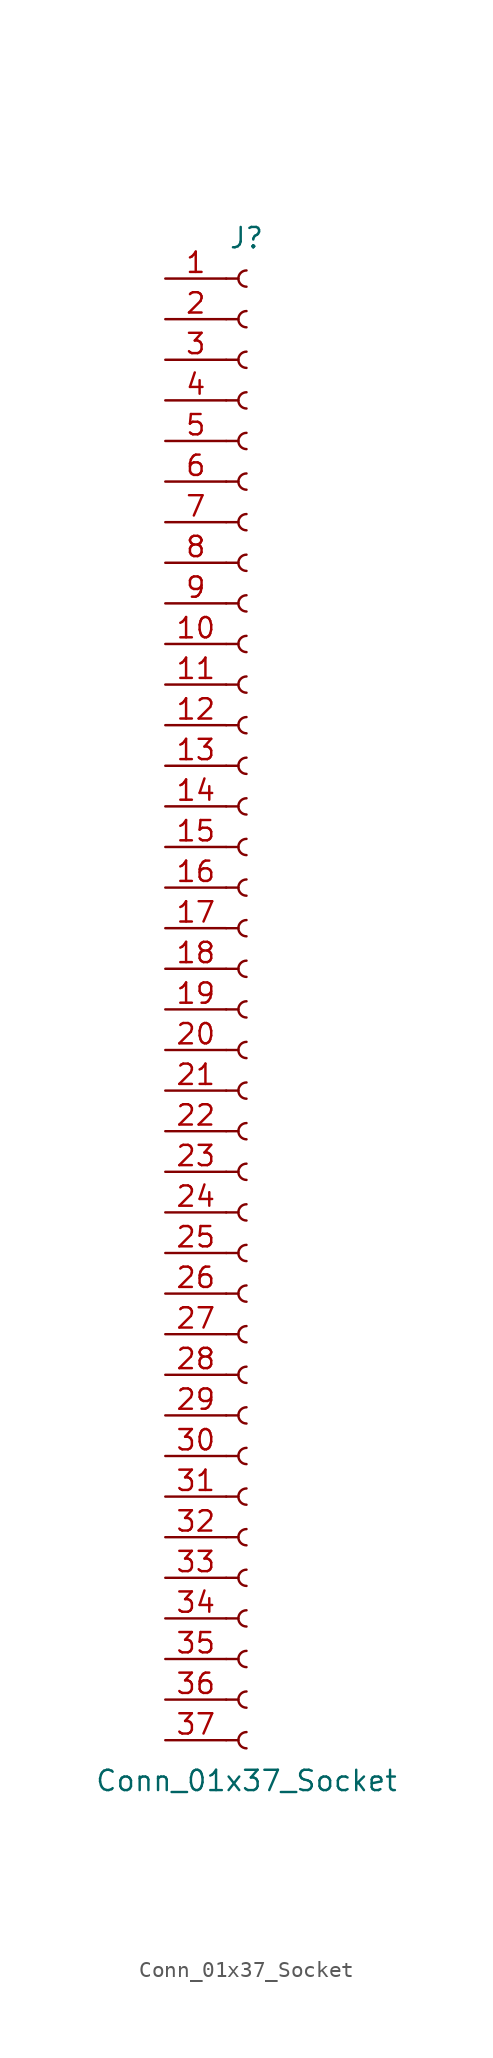
<source format=kicad_sym>
(kicad_symbol_lib
  (version 20241209)
  (generator "kicad_symbol_editor")
  (generator_version "9.0")
  (symbol "Conn_01x37_Socket"
    (pin_names
      (offset 1.016)
      (hide yes))
    (property "Reference" "J"
      (at 0 48.26 0)
      (effects (font (size 1.27 1.27))))
    (property "Value" "Conn_01x37_Socket"
      (at 0 -48.26 0)
      (effects (font (size 1.27 1.27))))
    (property "ki_locked" ""
      (at 0 0 0)
      (effects (font (size 1.27 1.27))))
    (symbol "Conn_01x37_Socket_1_1"
      (polyline (pts (xy -1.27 45.72) (xy -0.508 45.72)) (stroke (width 0.152) (type default)) (fill (type none)))
      (polyline (pts (xy -1.27 43.18) (xy -0.508 43.18)) (stroke (width 0.152) (type default)) (fill (type none)))
      (polyline (pts (xy -1.27 40.64) (xy -0.508 40.64)) (stroke (width 0.152) (type default)) (fill (type none)))
      (polyline (pts (xy -1.27 38.1) (xy -0.508 38.1)) (stroke (width 0.152) (type default)) (fill (type none)))
      (polyline (pts (xy -1.27 35.56) (xy -0.508 35.56)) (stroke (width 0.152) (type default)) (fill (type none)))
      (polyline (pts (xy -1.27 33.02) (xy -0.508 33.02)) (stroke (width 0.152) (type default)) (fill (type none)))
      (polyline (pts (xy -1.27 30.48) (xy -0.508 30.48)) (stroke (width 0.152) (type default)) (fill (type none)))
      (polyline (pts (xy -1.27 27.94) (xy -0.508 27.94)) (stroke (width 0.152) (type default)) (fill (type none)))
      (polyline (pts (xy -1.27 25.4) (xy -0.508 25.4)) (stroke (width 0.152) (type default)) (fill (type none)))
      (polyline (pts (xy -1.27 22.86) (xy -0.508 22.86)) (stroke (width 0.152) (type default)) (fill (type none)))
      (polyline (pts (xy -1.27 20.32) (xy -0.508 20.32)) (stroke (width 0.152) (type default)) (fill (type none)))
      (polyline (pts (xy -1.27 17.78) (xy -0.508 17.78)) (stroke (width 0.152) (type default)) (fill (type none)))
      (polyline (pts (xy -1.27 15.24) (xy -0.508 15.24)) (stroke (width 0.152) (type default)) (fill (type none)))
      (polyline (pts (xy -1.27 12.7) (xy -0.508 12.7)) (stroke (width 0.152) (type default)) (fill (type none)))
      (polyline (pts (xy -1.27 10.16) (xy -0.508 10.16)) (stroke (width 0.152) (type default)) (fill (type none)))
      (polyline (pts (xy -1.27 7.62) (xy -0.508 7.62)) (stroke (width 0.152) (type default)) (fill (type none)))
      (polyline (pts (xy -1.27 5.08) (xy -0.508 5.08)) (stroke (width 0.152) (type default)) (fill (type none)))
      (polyline (pts (xy -1.27 2.54) (xy -0.508 2.54)) (stroke (width 0.152) (type default)) (fill (type none)))
      (polyline (pts (xy -1.27 0) (xy -0.508 0)) (stroke (width 0.152) (type default)) (fill (type none)))
      (polyline (pts (xy -1.27 -2.54) (xy -0.508 -2.54)) (stroke (width 0.152) (type default)) (fill (type none)))
      (polyline (pts (xy -1.27 -5.08) (xy -0.508 -5.08)) (stroke (width 0.152) (type default)) (fill (type none)))
      (polyline (pts (xy -1.27 -7.62) (xy -0.508 -7.62)) (stroke (width 0.152) (type default)) (fill (type none)))
      (polyline (pts (xy -1.27 -10.16) (xy -0.508 -10.16)) (stroke (width 0.152) (type default)) (fill (type none)))
      (polyline (pts (xy -1.27 -12.7) (xy -0.508 -12.7)) (stroke (width 0.152) (type default)) (fill (type none)))
      (polyline (pts (xy -1.27 -15.24) (xy -0.508 -15.24)) (stroke (width 0.152) (type default)) (fill (type none)))
      (polyline (pts (xy -1.27 -17.78) (xy -0.508 -17.78)) (stroke (width 0.152) (type default)) (fill (type none)))
      (polyline (pts (xy -1.27 -20.32) (xy -0.508 -20.32)) (stroke (width 0.152) (type default)) (fill (type none)))
      (polyline (pts (xy -1.27 -22.86) (xy -0.508 -22.86)) (stroke (width 0.152) (type default)) (fill (type none)))
      (polyline (pts (xy -1.27 -25.4) (xy -0.508 -25.4)) (stroke (width 0.152) (type default)) (fill (type none)))
      (polyline (pts (xy -1.27 -27.94) (xy -0.508 -27.94)) (stroke (width 0.152) (type default)) (fill (type none)))
      (polyline (pts (xy -1.27 -30.48) (xy -0.508 -30.48)) (stroke (width 0.152) (type default)) (fill (type none)))
      (polyline (pts (xy -1.27 -33.02) (xy -0.508 -33.02)) (stroke (width 0.152) (type default)) (fill (type none)))
      (polyline (pts (xy -1.27 -35.56) (xy -0.508 -35.56)) (stroke (width 0.152) (type default)) (fill (type none)))
      (polyline (pts (xy -1.27 -38.1) (xy -0.508 -38.1)) (stroke (width 0.152) (type default)) (fill (type none)))
      (polyline (pts (xy -1.27 -40.64) (xy -0.508 -40.64)) (stroke (width 0.152) (type default)) (fill (type none)))
      (polyline (pts (xy -1.27 -43.18) (xy -0.508 -43.18)) (stroke (width 0.152) (type default)) (fill (type none)))
      (polyline (pts (xy -1.27 -45.72) (xy -0.508 -45.72)) (stroke (width 0.152) (type default)) (fill (type none)))
      (arc (start 0 45.212) (mid -0.5058 45.72) (end 0 46.228) (stroke (width 0.1524) (type default)) (fill (type none)))
      (arc (start 0 42.672) (mid -0.5058 43.18) (end 0 43.688) (stroke (width 0.1524) (type default)) (fill (type none)))
      (arc (start 0 40.132) (mid -0.5058 40.64) (end 0 41.148) (stroke (width 0.1524) (type default)) (fill (type none)))
      (arc (start 0 37.592) (mid -0.5058 38.1) (end 0 38.608) (stroke (width 0.1524) (type default)) (fill (type none)))
      (arc (start 0 35.052) (mid -0.5058 35.56) (end 0 36.068) (stroke (width 0.1524) (type default)) (fill (type none)))
      (arc (start 0 32.512) (mid -0.5058 33.02) (end 0 33.528) (stroke (width 0.1524) (type default)) (fill (type none)))
      (arc (start 0 29.972) (mid -0.5058 30.48) (end 0 30.988) (stroke (width 0.1524) (type default)) (fill (type none)))
      (arc (start 0 27.432) (mid -0.5058 27.94) (end 0 28.448) (stroke (width 0.1524) (type default)) (fill (type none)))
      (arc (start 0 24.892) (mid -0.5058 25.4) (end 0 25.908) (stroke (width 0.1524) (type default)) (fill (type none)))
      (arc (start 0 22.352) (mid -0.5058 22.86) (end 0 23.368) (stroke (width 0.1524) (type default)) (fill (type none)))
      (arc (start 0 19.812) (mid -0.5058 20.32) (end 0 20.828) (stroke (width 0.1524) (type default)) (fill (type none)))
      (arc (start 0 17.272) (mid -0.5058 17.78) (end 0 18.288) (stroke (width 0.1524) (type default)) (fill (type none)))
      (arc (start 0 14.732) (mid -0.5058 15.24) (end 0 15.748) (stroke (width 0.1524) (type default)) (fill (type none)))
      (arc (start 0 12.192) (mid -0.5058 12.7) (end 0 13.208) (stroke (width 0.1524) (type default)) (fill (type none)))
      (arc (start 0 9.652) (mid -0.5058 10.16) (end 0 10.668) (stroke (width 0.1524) (type default)) (fill (type none)))
      (arc (start 0 7.112) (mid -0.5058 7.62) (end 0 8.128) (stroke (width 0.1524) (type default)) (fill (type none)))
      (arc (start 0 4.572) (mid -0.5058 5.08) (end 0 5.588) (stroke (width 0.1524) (type default)) (fill (type none)))
      (arc (start 0 2.032) (mid -0.5058 2.54) (end 0 3.048) (stroke (width 0.1524) (type default)) (fill (type none)))
      (arc (start 0 -0.508) (mid -0.5058 0) (end 0 0.508) (stroke (width 0.1524) (type default)) (fill (type none)))
      (arc (start 0 -3.048) (mid -0.5058 -2.54) (end 0 -2.032) (stroke (width 0.1524) (type default)) (fill (type none)))
      (arc (start 0 -5.588) (mid -0.5058 -5.08) (end 0 -4.572) (stroke (width 0.1524) (type default)) (fill (type none)))
      (arc (start 0 -8.128) (mid -0.5058 -7.62) (end 0 -7.112) (stroke (width 0.1524) (type default)) (fill (type none)))
      (arc (start 0 -10.668) (mid -0.5058 -10.16) (end 0 -9.652) (stroke (width 0.1524) (type default)) (fill (type none)))
      (arc (start 0 -13.208) (mid -0.5058 -12.7) (end 0 -12.192) (stroke (width 0.1524) (type default)) (fill (type none)))
      (arc (start 0 -15.748) (mid -0.5058 -15.24) (end 0 -14.732) (stroke (width 0.1524) (type default)) (fill (type none)))
      (arc (start 0 -18.288) (mid -0.5058 -17.78) (end 0 -17.272) (stroke (width 0.1524) (type default)) (fill (type none)))
      (arc (start 0 -20.828) (mid -0.5058 -20.32) (end 0 -19.812) (stroke (width 0.1524) (type default)) (fill (type none)))
      (arc (start 0 -23.368) (mid -0.5058 -22.86) (end 0 -22.352) (stroke (width 0.1524) (type default)) (fill (type none)))
      (arc (start 0 -25.908) (mid -0.5058 -25.4) (end 0 -24.892) (stroke (width 0.1524) (type default)) (fill (type none)))
      (arc (start 0 -28.448) (mid -0.5058 -27.94) (end 0 -27.432) (stroke (width 0.1524) (type default)) (fill (type none)))
      (arc (start 0 -30.988) (mid -0.5058 -30.48) (end 0 -29.972) (stroke (width 0.1524) (type default)) (fill (type none)))
      (arc (start 0 -33.528) (mid -0.5058 -33.02) (end 0 -32.512) (stroke (width 0.1524) (type default)) (fill (type none)))
      (arc (start 0 -36.068) (mid -0.5058 -35.56) (end 0 -35.052) (stroke (width 0.1524) (type default)) (fill (type none)))
      (arc (start 0 -38.608) (mid -0.5058 -38.1) (end 0 -37.592) (stroke (width 0.1524) (type default)) (fill (type none)))
      (arc (start 0 -41.148) (mid -0.5058 -40.64) (end 0 -40.132) (stroke (width 0.1524) (type default)) (fill (type none)))
      (arc (start 0 -43.688) (mid -0.5058 -43.18) (end 0 -42.672) (stroke (width 0.1524) (type default)) (fill (type none)))
      (arc (start 0 -46.228) (mid -0.5058 -45.72) (end 0 -45.212) (stroke (width 0.1524) (type default)) (fill (type none)))
      (pin passive line (at -5.08 45.72 0) (length 3.81) (name "Pin_1" (effects (font (size 1.27 1.27)))) (number "1" (effects (font (size 1.27 1.27)))))
      (pin passive line (at -5.08 43.18 0) (length 3.81) (name "Pin_2" (effects (font (size 1.27 1.27)))) (number "2" (effects (font (size 1.27 1.27)))))
      (pin passive line (at -5.08 40.64 0) (length 3.81) (name "Pin_3" (effects (font (size 1.27 1.27)))) (number "3" (effects (font (size 1.27 1.27)))))
      (pin passive line (at -5.08 38.1 0) (length 3.81) (name "Pin_4" (effects (font (size 1.27 1.27)))) (number "4" (effects (font (size 1.27 1.27)))))
      (pin passive line (at -5.08 35.56 0) (length 3.81) (name "Pin_5" (effects (font (size 1.27 1.27)))) (number "5" (effects (font (size 1.27 1.27)))))
      (pin passive line (at -5.08 33.02 0) (length 3.81) (name "Pin_6" (effects (font (size 1.27 1.27)))) (number "6" (effects (font (size 1.27 1.27)))))
      (pin passive line (at -5.08 30.48 0) (length 3.81) (name "Pin_7" (effects (font (size 1.27 1.27)))) (number "7" (effects (font (size 1.27 1.27)))))
      (pin passive line (at -5.08 27.94 0) (length 3.81) (name "Pin_8" (effects (font (size 1.27 1.27)))) (number "8" (effects (font (size 1.27 1.27)))))
      (pin passive line (at -5.08 25.4 0) (length 3.81) (name "Pin_9" (effects (font (size 1.27 1.27)))) (number "9" (effects (font (size 1.27 1.27)))))
      (pin passive line (at -5.08 22.86 0) (length 3.81) (name "Pin_10" (effects (font (size 1.27 1.27)))) (number "10" (effects (font (size 1.27 1.27)))))
      (pin passive line (at -5.08 20.32 0) (length 3.81) (name "Pin_11" (effects (font (size 1.27 1.27)))) (number "11" (effects (font (size 1.27 1.27)))))
      (pin passive line (at -5.08 17.78 0) (length 3.81) (name "Pin_12" (effects (font (size 1.27 1.27)))) (number "12" (effects (font (size 1.27 1.27)))))
      (pin passive line (at -5.08 15.24 0) (length 3.81) (name "Pin_13" (effects (font (size 1.27 1.27)))) (number "13" (effects (font (size 1.27 1.27)))))
      (pin passive line (at -5.08 12.7 0) (length 3.81) (name "Pin_14" (effects (font (size 1.27 1.27)))) (number "14" (effects (font (size 1.27 1.27)))))
      (pin passive line (at -5.08 10.16 0) (length 3.81) (name "Pin_15" (effects (font (size 1.27 1.27)))) (number "15" (effects (font (size 1.27 1.27)))))
      (pin passive line (at -5.08 7.62 0) (length 3.81) (name "Pin_16" (effects (font (size 1.27 1.27)))) (number "16" (effects (font (size 1.27 1.27)))))
      (pin passive line (at -5.08 5.08 0) (length 3.81) (name "Pin_17" (effects (font (size 1.27 1.27)))) (number "17" (effects (font (size 1.27 1.27)))))
      (pin passive line (at -5.08 2.54 0) (length 3.81) (name "Pin_18" (effects (font (size 1.27 1.27)))) (number "18" (effects (font (size 1.27 1.27)))))
      (pin passive line (at -5.08 0 0) (length 3.81) (name "Pin_19" (effects (font (size 1.27 1.27)))) (number "19" (effects (font (size 1.27 1.27)))))
      (pin passive line (at -5.08 -2.54 0) (length 3.81) (name "Pin_20" (effects (font (size 1.27 1.27)))) (number "20" (effects (font (size 1.27 1.27)))))
      (pin passive line (at -5.08 -5.08 0) (length 3.81) (name "Pin_21" (effects (font (size 1.27 1.27)))) (number "21" (effects (font (size 1.27 1.27)))))
      (pin passive line (at -5.08 -7.62 0) (length 3.81) (name "Pin_22" (effects (font (size 1.27 1.27)))) (number "22" (effects (font (size 1.27 1.27)))))
      (pin passive line (at -5.08 -10.16 0) (length 3.81) (name "Pin_23" (effects (font (size 1.27 1.27)))) (number "23" (effects (font (size 1.27 1.27)))))
      (pin passive line (at -5.08 -12.7 0) (length 3.81) (name "Pin_24" (effects (font (size 1.27 1.27)))) (number "24" (effects (font (size 1.27 1.27)))))
      (pin passive line (at -5.08 -15.24 0) (length 3.81) (name "Pin_25" (effects (font (size 1.27 1.27)))) (number "25" (effects (font (size 1.27 1.27)))))
      (pin passive line (at -5.08 -17.78 0) (length 3.81) (name "Pin_26" (effects (font (size 1.27 1.27)))) (number "26" (effects (font (size 1.27 1.27)))))
      (pin passive line (at -5.08 -20.32 0) (length 3.81) (name "Pin_27" (effects (font (size 1.27 1.27)))) (number "27" (effects (font (size 1.27 1.27)))))
      (pin passive line (at -5.08 -22.86 0) (length 3.81) (name "Pin_28" (effects (font (size 1.27 1.27)))) (number "28" (effects (font (size 1.27 1.27)))))
      (pin passive line (at -5.08 -25.4 0) (length 3.81) (name "Pin_29" (effects (font (size 1.27 1.27)))) (number "29" (effects (font (size 1.27 1.27)))))
      (pin passive line (at -5.08 -27.94 0) (length 3.81) (name "Pin_30" (effects (font (size 1.27 1.27)))) (number "30" (effects (font (size 1.27 1.27)))))
      (pin passive line (at -5.08 -30.48 0) (length 3.81) (name "Pin_31" (effects (font (size 1.27 1.27)))) (number "31" (effects (font (size 1.27 1.27)))))
      (pin passive line (at -5.08 -33.02 0) (length 3.81) (name "Pin_32" (effects (font (size 1.27 1.27)))) (number "32" (effects (font (size 1.27 1.27)))))
      (pin passive line (at -5.08 -35.56 0) (length 3.81) (name "Pin_33" (effects (font (size 1.27 1.27)))) (number "33" (effects (font (size 1.27 1.27)))))
      (pin passive line (at -5.08 -38.1 0) (length 3.81) (name "Pin_34" (effects (font (size 1.27 1.27)))) (number "34" (effects (font (size 1.27 1.27)))))
      (pin passive line (at -5.08 -40.64 0) (length 3.81) (name "Pin_35" (effects (font (size 1.27 1.27)))) (number "35" (effects (font (size 1.27 1.27)))))
      (pin passive line (at -5.08 -43.18 0) (length 3.81) (name "Pin_36" (effects (font (size 1.27 1.27)))) (number "36" (effects (font (size 1.27 1.27)))))
      (pin passive line (at -5.08 -45.72 0) (length 3.81) (name "Pin_37" (effects (font (size 1.27 1.27)))) (number "37" (effects (font (size 1.27 1.27))))))))
</source>
